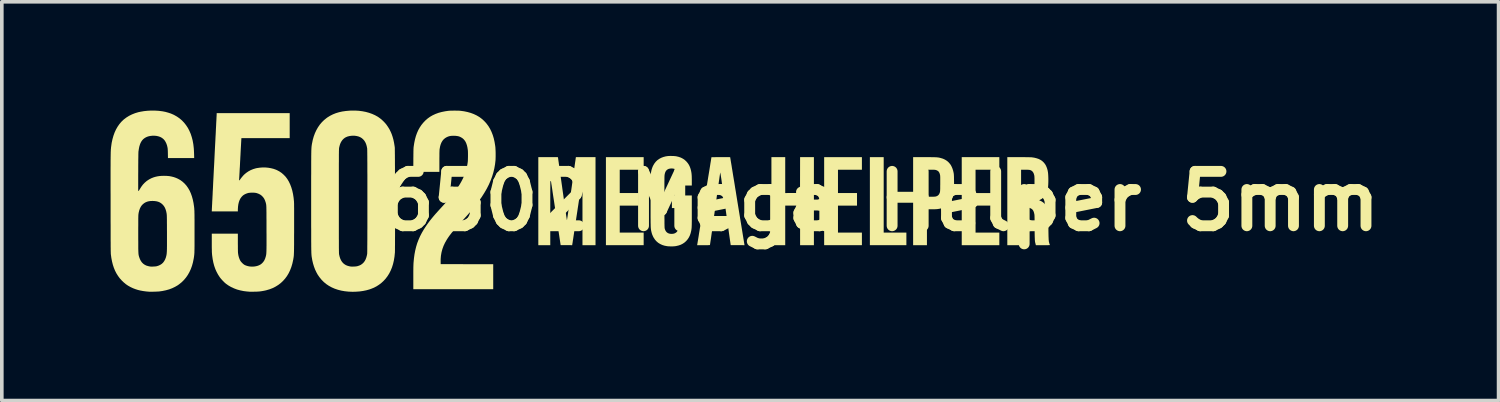
<source format=kicad_pcb>
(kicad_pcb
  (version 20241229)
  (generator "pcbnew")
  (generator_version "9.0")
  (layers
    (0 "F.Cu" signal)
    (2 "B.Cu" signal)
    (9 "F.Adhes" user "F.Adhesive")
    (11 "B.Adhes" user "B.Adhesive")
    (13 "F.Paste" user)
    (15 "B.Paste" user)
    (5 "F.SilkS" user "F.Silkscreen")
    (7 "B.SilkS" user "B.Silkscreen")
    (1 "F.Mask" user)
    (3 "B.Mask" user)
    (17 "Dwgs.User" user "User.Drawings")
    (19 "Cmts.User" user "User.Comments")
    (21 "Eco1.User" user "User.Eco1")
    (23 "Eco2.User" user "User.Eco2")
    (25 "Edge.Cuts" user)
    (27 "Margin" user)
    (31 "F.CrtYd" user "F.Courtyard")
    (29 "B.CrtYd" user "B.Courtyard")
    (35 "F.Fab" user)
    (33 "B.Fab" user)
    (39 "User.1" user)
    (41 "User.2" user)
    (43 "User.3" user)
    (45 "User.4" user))
  (footprint "6502 Mega Helper 5mm"
    (layer "F.Cu")
    (at 21.237 2.499)
    (property "Reference" "6502 Mega Helper 5mm" (at 0 0 0) (layer "F.SilkS") (effects (font (size 1.5 1.5) (thickness 0.3))))
    (attr board_only exclude_from_pos_files exclude_from_bom)
    (fp_poly (pts (xy 0.089 -0.173) (xy 0.089 0.867) (xy 0.402 0.867) (xy 0.715 0.867) (xy 0.715 1.041) (xy 0.715 1.214) (xy 0.212 1.214) (xy -0.292 1.214) (xy -0.292 0) (xy -0.292 -1.214) (xy -0.102 -1.214) (xy 0.089 -1.214)) (stroke (width 0) (type solid)) (fill yes) (layer "F.SilkS"))
    (fp_poly (pts (xy -6.532 -1.041) (xy -6.532 -0.867) (xy -6.862 -0.867) (xy -7.192 -0.867) (xy -7.192 -0.546) (xy -7.192 -0.224) (xy -6.93 -0.224) (xy -6.667 -0.224) (xy -6.667 -0.051) (xy -6.667 0.123) (xy -6.93 0.123) (xy -7.192 0.123) (xy -7.192 0.495) (xy -7.192 0.867) (xy -6.862 0.867) (xy -6.532 0.867) (xy -6.532 1.041) (xy -6.532 1.214) (xy -7.052 1.214) (xy -7.573 1.214) (xy -7.573 0) (xy -7.573 -1.214) (xy -7.052 -1.214) (xy -6.532 -1.214)) (stroke (width 0) (type solid)) (fill yes) (layer "F.SilkS"))
    (fp_poly (pts (xy -2.627 -0.719) (xy -2.627 -0.224) (xy -2.423 -0.225) (xy -2.219 -0.226) (xy -2.218 -0.72) (xy -2.217 -1.214) (xy -2.026 -1.214) (xy -1.836 -1.214) (xy -1.836 0) (xy -1.836 1.214) (xy -2.026 1.214) (xy -2.217 1.214) (xy -2.217 0.668) (xy -2.217 0.123) (xy -2.422 0.123) (xy -2.627 0.123) (xy -2.627 0.668) (xy -2.627 1.214) (xy -2.818 1.214) (xy -3.008 1.214) (xy -3.008 0) (xy -3.008 -1.214) (xy -2.818 -1.214) (xy -2.627 -1.214)) (stroke (width 0) (type solid)) (fill yes) (layer "F.SilkS"))
    (fp_poly (pts (xy -0.512 -1.041) (xy -0.512 -0.867) (xy -0.842 -0.867) (xy -1.172 -0.867) (xy -1.172 -0.546) (xy -1.172 -0.224) (xy -0.91 -0.224) (xy -0.647 -0.224) (xy -0.647 -0.051) (xy -0.647 0.123) (xy -0.91 0.123) (xy -1.172 0.123) (xy -1.172 0.495) (xy -1.172 0.867) (xy -0.842 0.867) (xy -0.512 0.867) (xy -0.512 1.041) (xy -0.512 1.214) (xy -1.032 1.214) (xy -1.553 1.214) (xy -1.553 0) (xy -1.553 -1.214) (xy -1.032 -1.214) (xy -0.512 -1.214)) (stroke (width 0) (type solid)) (fill yes) (layer "F.SilkS"))
    (fp_poly (pts (xy 3.279 -1.041) (xy 3.279 -0.867) (xy 2.951 -0.867) (xy 2.623 -0.867) (xy 2.623 -0.546) (xy 2.623 -0.224) (xy 2.884 -0.224) (xy 3.145 -0.224) (xy 3.145 -0.052) (xy 3.145 0.121) (xy 2.884 0.122) (xy 2.623 0.123) (xy 2.623 0.495) (xy 2.623 0.867) (xy 2.951 0.867) (xy 3.279 0.867) (xy 3.279 1.041) (xy 3.279 1.214) (xy 2.76 1.214) (xy 2.242 1.214) (xy 2.242 0) (xy 2.242 -1.214) (xy 2.76 -1.214) (xy 3.279 -1.214)) (stroke (width 0) (type solid)) (fill yes) (layer "F.SilkS"))
    (fp_poly (pts (xy 1.276 -1.214) (xy 1.332 -1.214) (xy 1.381 -1.214) (xy 1.424 -1.213) (xy 1.461 -1.213) (xy 1.493 -1.212) (xy 1.52 -1.211) (xy 1.544 -1.21) (xy 1.565 -1.208) (xy 1.583 -1.206) (xy 1.6 -1.204) (xy 1.616 -1.201) (xy 1.631 -1.198) (xy 1.647 -1.194) (xy 1.659 -1.191) (xy 1.722 -1.172) (xy 1.779 -1.146) (xy 1.83 -1.114) (xy 1.875 -1.076) (xy 1.915 -1.031) (xy 1.937 -1.001) (xy 1.963 -0.953) (xy 1.986 -0.899) (xy 2.005 -0.839) (xy 2.019 -0.777) (xy 2.021 -0.764) (xy 2.023 -0.752) (xy 2.024 -0.739) (xy 2.025 -0.724) (xy 2.026 -0.707) (xy 2.027 -0.687) (xy 2.028 -0.662) (xy 2.028 -0.633) (xy 2.029 -0.597) (xy 2.029 -0.554) (xy 2.03 -0.525) (xy 2.03 -0.465) (xy 2.03 -0.413) (xy 2.03 -0.368) (xy 2.029 -0.328) (xy 2.027 -0.294) (xy 2.025 -0.263) (xy 2.022 -0.236) (xy 2.018 -0.21) (xy 2.014 -0.186) (xy 2.008 -0.163) (xy 2.002 -0.139) (xy 1.996 -0.121) (xy 1.973 -0.059) (xy 1.944 -0.003) (xy 1.909 0.048) (xy 1.869 0.091) (xy 1.823 0.129) (xy 1.771 0.161) (xy 1.713 0.186) (xy 1.694 0.192) (xy 1.665 0.201) (xy 1.636 0.208) (xy 1.607 0.213) (xy 1.575 0.218) (xy 1.54 0.221) (xy 1.501 0.223) (xy 1.456 0.224) (xy 1.403 0.224) (xy 1.402 0.224) (xy 1.282 0.224) (xy 1.282 0.719) (xy 1.282 1.214) (xy 1.091 1.214) (xy 0.901 1.214) (xy 0.901 0) (xy 0.901 -0.495) (xy 1.282 -0.495) (xy 1.282 -0.123) (xy 1.393 -0.123) (xy 1.433 -0.123) (xy 1.465 -0.123) (xy 1.49 -0.124) (xy 1.508 -0.126) (xy 1.521 -0.128) (xy 1.525 -0.128) (xy 1.558 -0.14) (xy 1.586 -0.157) (xy 1.608 -0.179) (xy 1.625 -0.207) (xy 1.639 -0.243) (xy 1.64 -0.247) (xy 1.642 -0.254) (xy 1.643 -0.262) (xy 1.644 -0.272) (xy 1.645 -0.285) (xy 1.646 -0.301) (xy 1.647 -0.321) (xy 1.648 -0.347) (xy 1.648 -0.378) (xy 1.648 -0.416) (xy 1.649 -0.461) (xy 1.649 -0.476) (xy 1.649 -0.532) (xy 1.649 -0.58) (xy 1.649 -0.62) (xy 1.649 -0.653) (xy 1.648 -0.678) (xy 1.647 -0.697) (xy 1.646 -0.71) (xy 1.646 -0.71) (xy 1.637 -0.751) (xy 1.624 -0.784) (xy 1.607 -0.812) (xy 1.585 -0.833) (xy 1.557 -0.849) (xy 1.531 -0.859) (xy 1.522 -0.861) (xy 1.512 -0.863) (xy 1.5 -0.865) (xy 1.486 -0.866) (xy 1.468 -0.867) (xy 1.445 -0.867) (xy 1.415 -0.867) (xy 1.392 -0.867) (xy 1.282 -0.867) (xy 1.282 -0.495) (xy 0.901 -0.495) (xy 0.901 -1.214) (xy 1.212 -1.214)) (stroke (width 0) (type solid)) (fill yes) (layer "F.SilkS"))
    (fp_poly (pts (xy -4.271 -1.214) (xy -4.237 -1.214) (xy -4.208 -1.214) (xy -4.183 -1.214) (xy -4.163 -1.214) (xy -4.151 -1.213) (xy -4.146 -1.213) (xy -4.146 -1.213) (xy -4.145 -1.209) (xy -4.143 -1.197) (xy -4.14 -1.177) (xy -4.135 -1.149) (xy -4.13 -1.115) (xy -4.123 -1.074) (xy -4.115 -1.027) (xy -4.106 -0.973) (xy -4.097 -0.914) (xy -4.086 -0.849) (xy -4.075 -0.78) (xy -4.063 -0.705) (xy -4.05 -0.627) (xy -4.036 -0.544) (xy -4.022 -0.457) (xy -4.008 -0.367) (xy -3.992 -0.274) (xy -3.977 -0.178) (xy -3.961 -0.079) (xy -3.948 0.001) (xy -3.75 1.214) (xy -3.94 1.213) (xy -4.131 1.212) (xy -4.165 0.976) (xy -4.198 0.74) (xy -4.417 0.74) (xy -4.635 0.74) (xy -4.668 0.97) (xy -4.674 1.013) (xy -4.68 1.054) (xy -4.686 1.092) (xy -4.691 1.125) (xy -4.695 1.154) (xy -4.699 1.178) (xy -4.701 1.195) (xy -4.703 1.205) (xy -4.703 1.207) (xy -4.704 1.209) (xy -4.707 1.21) (xy -4.711 1.211) (xy -4.718 1.212) (xy -4.729 1.213) (xy -4.744 1.213) (xy -4.765 1.214) (xy -4.791 1.214) (xy -4.824 1.214) (xy -4.864 1.214) (xy -4.881 1.214) (xy -5.057 1.214) (xy -5.054 1.198) (xy -5.053 1.193) (xy -5.051 1.179) (xy -5.047 1.158) (xy -5.043 1.13) (xy -5.037 1.094) (xy -5.03 1.052) (xy -5.022 1.004) (xy -5.013 0.949) (xy -5.004 0.889) (xy -4.993 0.823) (xy -4.982 0.753) (xy -4.969 0.678) (xy -4.956 0.598) (xy -4.943 0.515) (xy -4.929 0.428) (xy -4.926 0.41) (xy -4.591 0.41) (xy -4.418 0.41) (xy -4.245 0.41) (xy -4.275 0.196) (xy -4.28 0.158) (xy -4.287 0.113) (xy -4.294 0.061) (xy -4.302 0.005) (xy -4.311 -0.056) (xy -4.32 -0.119) (xy -4.329 -0.184) (xy -4.338 -0.249) (xy -4.347 -0.314) (xy -4.356 -0.378) (xy -4.36 -0.405) (xy -4.369 -0.465) (xy -4.377 -0.522) (xy -4.384 -0.575) (xy -4.391 -0.623) (xy -4.398 -0.666) (xy -4.404 -0.703) (xy -4.409 -0.735) (xy -4.413 -0.76) (xy -4.416 -0.778) (xy -4.418 -0.788) (xy -4.419 -0.791) (xy -4.42 -0.787) (xy -4.422 -0.775) (xy -4.425 -0.755) (xy -4.43 -0.728) (xy -4.435 -0.694) (xy -4.441 -0.654) (xy -4.447 -0.608) (xy -4.455 -0.555) (xy -4.463 -0.498) (xy -4.472 -0.436) (xy -4.481 -0.369) (xy -4.491 -0.298) (xy -4.502 -0.223) (xy -4.505 -0.2) (xy -4.515 -0.13) (xy -4.524 -0.062) (xy -4.533 0.003) (xy -4.541 0.064) (xy -4.55 0.122) (xy -4.557 0.176) (xy -4.564 0.226) (xy -4.57 0.27) (xy -4.576 0.309) (xy -4.58 0.341) (xy -4.584 0.367) (xy -4.587 0.386) (xy -4.588 0.397) (xy -4.589 0.401) (xy -4.591 0.41) (xy -4.926 0.41) (xy -4.914 0.338) (xy -4.899 0.244) (xy -4.883 0.148) (xy -4.867 0.05) (xy -4.857 -0.014) (xy -4.841 -0.113) (xy -4.825 -0.21) (xy -4.809 -0.305) (xy -4.794 -0.397) (xy -4.78 -0.486) (xy -4.766 -0.571) (xy -4.753 -0.652) (xy -4.74 -0.73) (xy -4.728 -0.802) (xy -4.717 -0.87) (xy -4.707 -0.933) (xy -4.698 -0.99) (xy -4.69 -1.042) (xy -4.682 -1.087) (xy -4.676 -1.126) (xy -4.671 -1.158) (xy -4.667 -1.183) (xy -4.664 -1.2) (xy -4.662 -1.21) (xy -4.662 -1.212) (xy -4.658 -1.212) (xy -4.646 -1.213) (xy -4.628 -1.213) (xy -4.604 -1.213) (xy -4.575 -1.213) (xy -4.542 -1.214) (xy -4.505 -1.214) (xy -4.467 -1.214) (xy -4.427 -1.214) (xy -4.386 -1.214) (xy -4.346 -1.214) (xy -4.308 -1.214)) (stroke (width 0) (type solid)) (fill yes) (layer "F.SilkS"))
    (fp_poly (pts (xy -9.121 -1.214) (xy -9.076 -1.214) (xy -9.035 -1.214) (xy -8.998 -1.214) (xy -8.965 -1.214) (xy -8.938 -1.214) (xy -8.917 -1.214) (xy -8.903 -1.213) (xy -8.897 -1.213) (xy -8.896 -1.213) (xy -8.896 -1.209) (xy -8.894 -1.197) (xy -8.891 -1.177) (xy -8.888 -1.15) (xy -8.883 -1.116) (xy -8.877 -1.076) (xy -8.871 -1.029) (xy -8.863 -0.977) (xy -8.855 -0.92) (xy -8.847 -0.858) (xy -8.837 -0.792) (xy -8.827 -0.721) (xy -8.817 -0.647) (xy -8.806 -0.569) (xy -8.795 -0.489) (xy -8.783 -0.406) (xy -8.775 -0.345) (xy -8.763 -0.261) (xy -8.751 -0.178) (xy -8.74 -0.098) (xy -8.729 -0.022) (xy -8.719 0.052) (xy -8.709 0.121) (xy -8.7 0.186) (xy -8.691 0.247) (xy -8.683 0.303) (xy -8.675 0.353) (xy -8.669 0.398) (xy -8.663 0.436) (xy -8.658 0.468) (xy -8.654 0.493) (xy -8.652 0.511) (xy -8.65 0.521) (xy -8.649 0.523) (xy -8.648 0.519) (xy -8.645 0.507) (xy -8.642 0.488) (xy -8.638 0.461) (xy -8.632 0.427) (xy -8.626 0.386) (xy -8.619 0.339) (xy -8.612 0.286) (xy -8.603 0.228) (xy -8.595 0.166) (xy -8.587 0.111) (xy -8.578 0.049) (xy -8.569 -0.019) (xy -8.559 -0.093) (xy -8.548 -0.17) (xy -8.537 -0.249) (xy -8.526 -0.33) (xy -8.514 -0.412) (xy -8.503 -0.492) (xy -8.492 -0.571) (xy -8.482 -0.647) (xy -8.476 -0.69) (xy -8.467 -0.754) (xy -8.458 -0.816) (xy -8.45 -0.875) (xy -8.442 -0.931) (xy -8.435 -0.983) (xy -8.428 -1.031) (xy -8.422 -1.074) (xy -8.416 -1.112) (xy -8.412 -1.143) (xy -8.408 -1.169) (xy -8.406 -1.187) (xy -8.404 -1.198) (xy -8.404 -1.2) (xy -8.401 -1.214) (xy -8.131 -1.214) (xy -7.86 -1.214) (xy -7.86 0) (xy -7.86 1.214) (xy -8.04 1.214) (xy -8.22 1.214) (xy -8.22 0.293) (xy -8.22 0.2) (xy -8.22 0.11) (xy -8.22 0.023) (xy -8.22 -0.059) (xy -8.22 -0.138) (xy -8.22 -0.211) (xy -8.221 -0.28) (xy -8.221 -0.343) (xy -8.221 -0.401) (xy -8.221 -0.453) (xy -8.222 -0.499) (xy -8.222 -0.538) (xy -8.222 -0.57) (xy -8.223 -0.595) (xy -8.223 -0.613) (xy -8.223 -0.622) (xy -8.224 -0.624) (xy -8.225 -0.619) (xy -8.227 -0.607) (xy -8.23 -0.587) (xy -8.234 -0.559) (xy -8.24 -0.525) (xy -8.246 -0.485) (xy -8.253 -0.438) (xy -8.262 -0.386) (xy -8.27 -0.328) (xy -8.28 -0.266) (xy -8.29 -0.199) (xy -8.301 -0.128) (xy -8.312 -0.053) (xy -8.324 0.025) (xy -8.336 0.106) (xy -8.349 0.19) (xy -8.361 0.271) (xy -8.374 0.357) (xy -8.387 0.441) (xy -8.399 0.523) (xy -8.411 0.601) (xy -8.423 0.677) (xy -8.433 0.749) (xy -8.444 0.817) (xy -8.453 0.881) (xy -8.462 0.939) (xy -8.47 0.993) (xy -8.477 1.041) (xy -8.484 1.083) (xy -8.489 1.118) (xy -8.493 1.147) (xy -8.497 1.168) (xy -8.499 1.182) (xy -8.5 1.188) (xy -8.504 1.214) (xy -8.663 1.213) (xy -8.822 1.212) (xy -8.961 0.294) (xy -8.974 0.207) (xy -8.987 0.122) (xy -8.999 0.04) (xy -9.011 -0.039) (xy -9.023 -0.115) (xy -9.034 -0.187) (xy -9.044 -0.255) (xy -9.053 -0.319) (xy -9.062 -0.377) (xy -9.07 -0.431) (xy -9.078 -0.478) (xy -9.084 -0.52) (xy -9.089 -0.555) (xy -9.093 -0.584) (xy -9.097 -0.605) (xy -9.099 -0.619) (xy -9.1 -0.625) (xy -9.1 -0.625) (xy -9.103 -0.626) (xy -9.104 -0.626) (xy -9.105 -0.622) (xy -9.105 -0.609) (xy -9.106 -0.588) (xy -9.106 -0.559) (xy -9.106 -0.521) (xy -9.107 -0.474) (xy -9.107 -0.42) (xy -9.107 -0.357) (xy -9.108 -0.285) (xy -9.108 -0.206) (xy -9.108 -0.118) (xy -9.108 -0.021) (xy -9.108 0.083) (xy -9.108 0.196) (xy -9.108 0.294) (xy -9.108 1.214) (xy -9.273 1.214) (xy -9.438 1.214) (xy -9.438 0) (xy -9.438 -1.214) (xy -9.168 -1.214)) (stroke (width 0) (type solid)) (fill yes) (layer "F.SilkS"))
    (fp_poly (pts (xy 3.871 -1.214) (xy 3.927 -1.214) (xy 3.979 -1.214) (xy 4.026 -1.213) (xy 4.068 -1.213) (xy 4.103 -1.212) (xy 4.132 -1.211) (xy 4.153 -1.211) (xy 4.167 -1.21) (xy 4.168 -1.21) (xy 4.24 -1.2) (xy 4.305 -1.184) (xy 4.364 -1.164) (xy 4.416 -1.138) (xy 4.463 -1.106) (xy 4.503 -1.068) (xy 4.538 -1.025) (xy 4.567 -0.976) (xy 4.59 -0.92) (xy 4.609 -0.858) (xy 4.615 -0.827) (xy 4.621 -0.793) (xy 4.625 -0.753) (xy 4.628 -0.707) (xy 4.63 -0.658) (xy 4.631 -0.607) (xy 4.631 -0.555) (xy 4.63 -0.504) (xy 4.628 -0.455) (xy 4.625 -0.41) (xy 4.62 -0.371) (xy 4.615 -0.339) (xy 4.6 -0.278) (xy 4.579 -0.222) (xy 4.552 -0.172) (xy 4.52 -0.128) (xy 4.484 -0.091) (xy 4.443 -0.06) (xy 4.401 -0.037) (xy 4.39 -0.032) (xy 4.384 -0.026) (xy 4.383 -0.024) (xy 4.387 -0.019) (xy 4.396 -0.015) (xy 4.401 -0.013) (xy 4.429 -0.002) (xy 4.459 0.015) (xy 4.489 0.036) (xy 4.514 0.059) (xy 4.541 0.09) (xy 4.564 0.125) (xy 4.583 0.166) (xy 4.599 0.212) (xy 4.612 0.265) (xy 4.622 0.325) (xy 4.624 0.338) (xy 4.626 0.352) (xy 4.627 0.366) (xy 4.629 0.381) (xy 4.63 0.397) (xy 4.63 0.416) (xy 4.631 0.438) (xy 4.632 0.465) (xy 4.632 0.496) (xy 4.632 0.532) (xy 4.632 0.575) (xy 4.632 0.626) (xy 4.632 0.656) (xy 4.633 0.735) (xy 4.633 0.807) (xy 4.634 0.87) (xy 4.635 0.927) (xy 4.636 0.975) (xy 4.638 1.017) (xy 4.639 1.053) (xy 4.642 1.082) (xy 4.644 1.105) (xy 4.647 1.121) (xy 4.658 1.166) (xy 4.673 1.207) (xy 4.673 1.208) (xy 4.672 1.21) (xy 4.669 1.211) (xy 4.663 1.212) (xy 4.653 1.213) (xy 4.64 1.213) (xy 4.621 1.214) (xy 4.597 1.214) (xy 4.567 1.214) (xy 4.53 1.214) (xy 4.484 1.214) (xy 4.482 1.214) (xy 4.287 1.214) (xy 4.278 1.179) (xy 4.273 1.16) (xy 4.268 1.141) (xy 4.264 1.125) (xy 4.264 1.123) (xy 4.262 1.109) (xy 4.26 1.087) (xy 4.258 1.057) (xy 4.257 1.019) (xy 4.255 0.975) (xy 4.254 0.924) (xy 4.253 0.867) (xy 4.253 0.804) (xy 4.252 0.735) (xy 4.252 0.661) (xy 4.252 0.645) (xy 4.252 0.59) (xy 4.252 0.542) (xy 4.251 0.502) (xy 4.251 0.468) (xy 4.25 0.439) (xy 4.25 0.416) (xy 4.249 0.397) (xy 4.248 0.382) (xy 4.247 0.37) (xy 4.245 0.362) (xy 4.236 0.319) (xy 4.224 0.283) (xy 4.209 0.253) (xy 4.189 0.229) (xy 4.165 0.21) (xy 4.14 0.197) (xy 4.121 0.189) (xy 4.101 0.183) (xy 4.077 0.179) (xy 4.05 0.176) (xy 4.017 0.174) (xy 3.977 0.173) (xy 3.966 0.173) (xy 3.879 0.173) (xy 3.879 0.694) (xy 3.879 1.214) (xy 3.689 1.214) (xy 3.499 1.214) (xy 3.499 0) (xy 3.499 -0.52) (xy 3.879 -0.52) (xy 3.879 -0.172) (xy 3.982 -0.174) (xy 4.015 -0.175) (xy 4.041 -0.176) (xy 4.062 -0.177) (xy 4.078 -0.178) (xy 4.09 -0.18) (xy 4.1 -0.182) (xy 4.11 -0.185) (xy 4.112 -0.185) (xy 4.148 -0.201) (xy 4.179 -0.221) (xy 4.203 -0.247) (xy 4.222 -0.278) (xy 4.236 -0.317) (xy 4.242 -0.338) (xy 4.244 -0.349) (xy 4.246 -0.361) (xy 4.247 -0.374) (xy 4.248 -0.39) (xy 4.249 -0.409) (xy 4.249 -0.433) (xy 4.249 -0.463) (xy 4.249 -0.5) (xy 4.249 -0.525) (xy 4.249 -0.566) (xy 4.249 -0.6) (xy 4.249 -0.628) (xy 4.248 -0.651) (xy 4.247 -0.669) (xy 4.246 -0.684) (xy 4.245 -0.697) (xy 4.243 -0.708) (xy 4.242 -0.713) (xy 4.231 -0.754) (xy 4.215 -0.789) (xy 4.195 -0.817) (xy 4.171 -0.838) (xy 4.158 -0.846) (xy 4.145 -0.853) (xy 4.132 -0.857) (xy 4.117 -0.861) (xy 4.1 -0.864) (xy 4.079 -0.865) (xy 4.053 -0.867) (xy 4.021 -0.867) (xy 3.986 -0.867) (xy 3.879 -0.867) (xy 3.879 -0.52) (xy 3.499 -0.52) (xy 3.499 -1.214) (xy 3.811 -1.214)) (stroke (width 0) (type solid)) (fill yes) (layer "F.SilkS"))
    (fp_poly (pts (xy -11.708 -2.497) (xy -11.67 -2.497) (xy -11.636 -2.496) (xy -11.607 -2.494) (xy -11.587 -2.493) (xy -11.486 -2.479) (xy -11.391 -2.459) (xy -11.302 -2.434) (xy -11.219 -2.403) (xy -11.141 -2.366) (xy -11.069 -2.324) (xy -11.002 -2.275) (xy -10.939 -2.219) (xy -10.881 -2.158) (xy -10.862 -2.134) (xy -10.811 -2.065) (xy -10.767 -1.991) (xy -10.728 -1.91) (xy -10.694 -1.823) (xy -10.666 -1.73) (xy -10.644 -1.63) (xy -10.627 -1.525) (xy -10.625 -1.51) (xy -10.622 -1.483) (xy -10.62 -1.449) (xy -10.618 -1.41) (xy -10.616 -1.368) (xy -10.615 -1.323) (xy -10.615 -1.279) (xy -10.615 -1.236) (xy -10.616 -1.196) (xy -10.617 -1.161) (xy -10.618 -1.135) (xy -10.631 -1.019) (xy -10.651 -0.905) (xy -10.678 -0.792) (xy -10.712 -0.68) (xy -10.754 -0.568) (xy -10.803 -0.456) (xy -10.86 -0.344) (xy -10.925 -0.232) (xy -10.997 -0.118) (xy -11.071 -0.013) (xy -11.113 0.045) (xy -11.157 0.102) (xy -11.202 0.159) (xy -11.249 0.217) (xy -11.3 0.277) (xy -11.354 0.339) (xy -11.412 0.405) (xy -11.475 0.475) (xy -11.537 0.542) (xy -11.596 0.606) (xy -11.65 0.666) (xy -11.699 0.72) (xy -11.743 0.771) (xy -11.783 0.818) (xy -11.819 0.862) (xy -11.852 0.904) (xy -11.882 0.943) (xy -11.91 0.982) (xy -11.936 1.02) (xy -11.96 1.058) (xy -11.964 1.064) (xy -12.012 1.148) (xy -12.052 1.233) (xy -12.084 1.321) (xy -12.108 1.411) (xy -12.124 1.503) (xy -12.132 1.599) (xy -12.132 1.684) (xy -12.131 1.737) (xy -11.407 1.738) (xy -10.682 1.739) (xy -10.682 2.084) (xy -10.682 2.428) (xy -11.784 2.428) (xy -12.886 2.428) (xy -12.886 2.108) (xy -12.886 2.039) (xy -12.886 1.978) (xy -12.886 1.924) (xy -12.885 1.877) (xy -12.885 1.836) (xy -12.884 1.8) (xy -12.883 1.769) (xy -12.882 1.742) (xy -12.881 1.718) (xy -12.88 1.701) (xy -12.869 1.582) (xy -12.854 1.47) (xy -12.834 1.363) (xy -12.809 1.26) (xy -12.779 1.161) (xy -12.742 1.064) (xy -12.7 0.969) (xy -12.651 0.874) (xy -12.596 0.78) (xy -12.534 0.684) (xy -12.464 0.586) (xy -12.443 0.558) (xy -12.411 0.517) (xy -12.378 0.476) (xy -12.344 0.435) (xy -12.308 0.392) (xy -12.269 0.347) (xy -12.226 0.299) (xy -12.179 0.247) (xy -12.127 0.19) (xy -12.04 0.095) (xy -11.96 0.005) (xy -11.886 -0.081) (xy -11.819 -0.164) (xy -11.757 -0.244) (xy -11.701 -0.32) (xy -11.65 -0.394) (xy -11.604 -0.466) (xy -11.563 -0.537) (xy -11.527 -0.606) (xy -11.495 -0.675) (xy -11.468 -0.743) (xy -11.444 -0.811) (xy -11.424 -0.88) (xy -11.407 -0.95) (xy -11.393 -1.021) (xy -11.386 -1.07) (xy -11.383 -1.093) (xy -11.381 -1.123) (xy -11.38 -1.157) (xy -11.379 -1.195) (xy -11.378 -1.235) (xy -11.378 -1.275) (xy -11.378 -1.314) (xy -11.379 -1.351) (xy -11.38 -1.383) (xy -11.382 -1.409) (xy -11.384 -1.421) (xy -11.394 -1.486) (xy -11.408 -1.543) (xy -11.425 -1.593) (xy -11.445 -1.637) (xy -11.47 -1.675) (xy -11.498 -1.708) (xy -11.53 -1.736) (xy -11.565 -1.758) (xy -11.6 -1.776) (xy -11.637 -1.789) (xy -11.677 -1.797) (xy -11.721 -1.802) (xy -11.772 -1.804) (xy -11.776 -1.804) (xy -11.818 -1.803) (xy -11.854 -1.8) (xy -11.887 -1.794) (xy -11.917 -1.785) (xy -11.948 -1.773) (xy -11.967 -1.764) (xy -12.01 -1.738) (xy -12.048 -1.706) (xy -12.08 -1.668) (xy -12.107 -1.624) (xy -12.129 -1.573) (xy -12.146 -1.516) (xy -12.158 -1.451) (xy -12.163 -1.418) (xy -12.163 -1.405) (xy -12.164 -1.384) (xy -12.165 -1.356) (xy -12.166 -1.322) (xy -12.166 -1.282) (xy -12.166 -1.237) (xy -12.167 -1.187) (xy -12.167 -1.134) (xy -12.167 -1.091) (xy -12.167 -0.808) (xy -12.527 -0.808) (xy -12.887 -0.808) (xy -12.885 -1.126) (xy -12.885 -1.188) (xy -12.884 -1.243) (xy -12.884 -1.29) (xy -12.883 -1.33) (xy -12.883 -1.365) (xy -12.882 -1.395) (xy -12.882 -1.42) (xy -12.881 -1.441) (xy -12.88 -1.46) (xy -12.879 -1.475) (xy -12.878 -1.489) (xy -12.876 -1.502) (xy -12.876 -1.504) (xy -12.86 -1.608) (xy -12.84 -1.704) (xy -12.815 -1.795) (xy -12.785 -1.879) (xy -12.75 -1.958) (xy -12.709 -2.032) (xy -12.663 -2.101) (xy -12.611 -2.165) (xy -12.554 -2.225) (xy -12.491 -2.28) (xy -12.424 -2.328) (xy -12.351 -2.37) (xy -12.273 -2.406) (xy -12.189 -2.437) (xy -12.099 -2.461) (xy -12.004 -2.48) (xy -11.913 -2.493) (xy -11.89 -2.494) (xy -11.86 -2.496) (xy -11.826 -2.497) (xy -11.788 -2.497) (xy -11.748 -2.498)) (stroke (width 0) (type solid)) (fill yes) (layer "F.SilkS"))
    (fp_poly (pts (xy -5.735 -1.246) (xy -5.699 -1.245) (xy -5.666 -1.242) (xy -5.639 -1.239) (xy -5.633 -1.238) (xy -5.566 -1.222) (xy -5.504 -1.2) (xy -5.448 -1.171) (xy -5.398 -1.136) (xy -5.353 -1.094) (xy -5.313 -1.046) (xy -5.305 -1.034) (xy -5.285 -1.003) (xy -5.269 -0.972) (xy -5.255 -0.939) (xy -5.244 -0.909) (xy -5.234 -0.876) (xy -5.226 -0.843) (xy -5.219 -0.81) (xy -5.213 -0.774) (xy -5.209 -0.735) (xy -5.206 -0.692) (xy -5.205 -0.643) (xy -5.204 -0.588) (xy -5.204 -0.555) (xy -5.204 -0.432) (xy -5.383 -0.432) (xy -5.562 -0.432) (xy -5.564 -0.581) (xy -5.565 -0.623) (xy -5.566 -0.658) (xy -5.566 -0.686) (xy -5.567 -0.709) (xy -5.569 -0.727) (xy -5.57 -0.74) (xy -5.572 -0.751) (xy -5.573 -0.756) (xy -5.587 -0.797) (xy -5.605 -0.831) (xy -5.627 -0.858) (xy -5.655 -0.878) (xy -5.688 -0.892) (xy -5.727 -0.9) (xy -5.762 -0.902) (xy -5.805 -0.899) (xy -5.843 -0.89) (xy -5.875 -0.874) (xy -5.901 -0.853) (xy -5.923 -0.825) (xy -5.939 -0.79) (xy -5.951 -0.748) (xy -5.956 -0.713) (xy -5.957 -0.704) (xy -5.958 -0.69) (xy -5.958 -0.67) (xy -5.959 -0.644) (xy -5.959 -0.613) (xy -5.959 -0.575) (xy -5.96 -0.53) (xy -5.96 -0.479) (xy -5.96 -0.421) (xy -5.96 -0.356) (xy -5.96 -0.283) (xy -5.96 -0.203) (xy -5.96 -0.115) (xy -5.96 -0.018) (xy -5.96 0.03) (xy -5.96 0.12) (xy -5.959 0.203) (xy -5.959 0.277) (xy -5.959 0.345) (xy -5.959 0.406) (xy -5.959 0.46) (xy -5.958 0.508) (xy -5.958 0.55) (xy -5.958 0.587) (xy -5.958 0.619) (xy -5.957 0.647) (xy -5.957 0.67) (xy -5.956 0.69) (xy -5.956 0.706) (xy -5.955 0.719) (xy -5.955 0.73) (xy -5.954 0.738) (xy -5.953 0.745) (xy -5.952 0.75) (xy -5.952 0.755) (xy -5.951 0.757) (xy -5.937 0.798) (xy -5.918 0.832) (xy -5.894 0.859) (xy -5.866 0.879) (xy -5.833 0.893) (xy -5.794 0.901) (xy -5.793 0.901) (xy -5.746 0.902) (xy -5.705 0.897) (xy -5.669 0.885) (xy -5.638 0.866) (xy -5.612 0.841) (xy -5.592 0.809) (xy -5.58 0.782) (xy -5.577 0.771) (xy -5.574 0.759) (xy -5.572 0.746) (xy -5.569 0.73) (xy -5.568 0.712) (xy -5.566 0.69) (xy -5.565 0.664) (xy -5.564 0.633) (xy -5.564 0.596) (xy -5.563 0.553) (xy -5.563 0.503) (xy -5.563 0.446) (xy -5.563 0.437) (xy -5.563 0.19) (xy -5.658 0.19) (xy -5.753 0.19) (xy -5.753 0.017) (xy -5.753 -0.157) (xy -5.479 -0.157) (xy -5.204 -0.157) (xy -5.204 0.261) (xy -5.204 0.335) (xy -5.204 0.402) (xy -5.204 0.461) (xy -5.204 0.513) (xy -5.204 0.559) (xy -5.205 0.599) (xy -5.205 0.635) (xy -5.206 0.665) (xy -5.207 0.692) (xy -5.208 0.715) (xy -5.209 0.736) (xy -5.211 0.754) (xy -5.213 0.77) (xy -5.215 0.785) (xy -5.217 0.8) (xy -5.22 0.814) (xy -5.221 0.82) (xy -5.237 0.886) (xy -5.258 0.946) (xy -5.285 1.001) (xy -5.317 1.05) (xy -5.356 1.096) (xy -5.364 1.104) (xy -5.408 1.143) (xy -5.458 1.176) (xy -5.512 1.203) (xy -5.571 1.223) (xy -5.637 1.238) (xy -5.661 1.242) (xy -5.69 1.245) (xy -5.726 1.247) (xy -5.764 1.247) (xy -5.803 1.247) (xy -5.84 1.246) (xy -5.873 1.243) (xy -5.888 1.241) (xy -5.957 1.228) (xy -6.02 1.208) (xy -6.078 1.181) (xy -6.13 1.149) (xy -6.176 1.11) (xy -6.217 1.065) (xy -6.252 1.013) (xy -6.267 0.987) (xy -6.283 0.952) (xy -6.297 0.919) (xy -6.308 0.885) (xy -6.318 0.847) (xy -6.327 0.805) (xy -6.329 0.794) (xy -6.33 0.783) (xy -6.332 0.771) (xy -6.333 0.757) (xy -6.335 0.741) (xy -6.336 0.723) (xy -6.337 0.702) (xy -6.338 0.679) (xy -6.338 0.651) (xy -6.339 0.62) (xy -6.34 0.584) (xy -6.34 0.544) (xy -6.34 0.498) (xy -6.341 0.447) (xy -6.341 0.39) (xy -6.341 0.327) (xy -6.341 0.256) (xy -6.341 0.179) (xy -6.341 0.093) (xy -6.341 0) (xy -6.341 -0.093) (xy -6.341 -0.179) (xy -6.341 -0.256) (xy -6.341 -0.327) (xy -6.341 -0.39) (xy -6.341 -0.447) (xy -6.34 -0.498) (xy -6.34 -0.544) (xy -6.34 -0.584) (xy -6.339 -0.62) (xy -6.338 -0.651) (xy -6.338 -0.679) (xy -6.337 -0.702) (xy -6.336 -0.723) (xy -6.335 -0.741) (xy -6.333 -0.757) (xy -6.332 -0.771) (xy -6.33 -0.783) (xy -6.329 -0.794) (xy -6.327 -0.805) (xy -6.318 -0.849) (xy -6.308 -0.886) (xy -6.296 -0.921) (xy -6.283 -0.954) (xy -6.267 -0.987) (xy -6.234 -1.042) (xy -6.196 -1.09) (xy -6.152 -1.132) (xy -6.102 -1.167) (xy -6.047 -1.196) (xy -5.987 -1.219) (xy -5.921 -1.236) (xy -5.867 -1.244) (xy -5.84 -1.246) (xy -5.808 -1.247) (xy -5.772 -1.247)) (stroke (width 0) (type solid)) (fill yes) (layer "F.SilkS"))
    (fp_poly (pts (xy -16.296 -2.084) (xy -16.296 -1.739) (xy -16.962 -1.739) (xy -17.628 -1.739) (xy -17.63 -1.704) (xy -17.631 -1.695) (xy -17.632 -1.679) (xy -17.633 -1.655) (xy -17.635 -1.624) (xy -17.637 -1.587) (xy -17.639 -1.545) (xy -17.642 -1.497) (xy -17.645 -1.445) (xy -17.648 -1.389) (xy -17.651 -1.329) (xy -17.654 -1.267) (xy -17.658 -1.202) (xy -17.66 -1.153) (xy -17.664 -1.087) (xy -17.667 -1.023) (xy -17.67 -0.961) (xy -17.674 -0.903) (xy -17.677 -0.848) (xy -17.679 -0.797) (xy -17.682 -0.751) (xy -17.684 -0.711) (xy -17.686 -0.676) (xy -17.688 -0.647) (xy -17.689 -0.626) (xy -17.69 -0.611) (xy -17.69 -0.606) (xy -17.691 -0.59) (xy -17.691 -0.581) (xy -17.69 -0.577) (xy -17.686 -0.575) (xy -17.684 -0.575) (xy -17.675 -0.579) (xy -17.669 -0.588) (xy -17.66 -0.603) (xy -17.646 -0.623) (xy -17.629 -0.645) (xy -17.609 -0.669) (xy -17.589 -0.693) (xy -17.57 -0.714) (xy -17.557 -0.728) (xy -17.5 -0.777) (xy -17.438 -0.82) (xy -17.372 -0.856) (xy -17.301 -0.885) (xy -17.227 -0.907) (xy -17.197 -0.913) (xy -17.121 -0.924) (xy -17.043 -0.93) (xy -16.964 -0.929) (xy -16.887 -0.922) (xy -16.812 -0.909) (xy -16.74 -0.891) (xy -16.673 -0.867) (xy -16.648 -0.856) (xy -16.58 -0.82) (xy -16.518 -0.778) (xy -16.461 -0.728) (xy -16.408 -0.673) (xy -16.361 -0.61) (xy -16.32 -0.541) (xy -16.283 -0.464) (xy -16.252 -0.382) (xy -16.225 -0.292) (xy -16.204 -0.196) (xy -16.188 -0.093) (xy -16.177 0.016) (xy -16.177 0.017) (xy -16.177 0.03) (xy -16.176 0.05) (xy -16.175 0.076) (xy -16.175 0.109) (xy -16.175 0.148) (xy -16.174 0.195) (xy -16.174 0.249) (xy -16.174 0.31) (xy -16.174 0.378) (xy -16.174 0.454) (xy -16.174 0.538) (xy -16.174 0.631) (xy -16.174 0.731) (xy -16.174 0.766) (xy -16.174 0.857) (xy -16.175 0.94) (xy -16.175 1.016) (xy -16.175 1.084) (xy -16.175 1.146) (xy -16.175 1.201) (xy -16.176 1.251) (xy -16.176 1.295) (xy -16.177 1.335) (xy -16.177 1.37) (xy -16.178 1.401) (xy -16.179 1.428) (xy -16.18 1.452) (xy -16.181 1.473) (xy -16.182 1.492) (xy -16.183 1.51) (xy -16.185 1.525) (xy -16.187 1.54) (xy -16.189 1.555) (xy -16.191 1.569) (xy -16.194 1.583) (xy -16.196 1.599) (xy -16.199 1.616) (xy -16.201 1.625) (xy -16.223 1.724) (xy -16.251 1.818) (xy -16.285 1.906) (xy -16.325 1.989) (xy -16.371 2.066) (xy -16.423 2.136) (xy -16.481 2.201) (xy -16.544 2.26) (xy -16.613 2.312) (xy -16.687 2.358) (xy -16.766 2.398) (xy -16.851 2.431) (xy -16.941 2.457) (xy -16.942 2.458) (xy -16.988 2.468) (xy -17.039 2.478) (xy -17.091 2.486) (xy -17.14 2.492) (xy -17.156 2.493) (xy -17.179 2.494) (xy -17.207 2.496) (xy -17.237 2.497) (xy -17.269 2.497) (xy -17.301 2.498) (xy -17.331 2.499) (xy -17.358 2.499) (xy -17.381 2.499) (xy -17.397 2.498) (xy -17.4 2.498) (xy -17.412 2.497) (xy -17.43 2.495) (xy -17.451 2.493) (xy -17.472 2.492) (xy -17.568 2.48) (xy -17.66 2.461) (xy -17.749 2.437) (xy -17.833 2.405) (xy -17.913 2.368) (xy -17.987 2.325) (xy -18.055 2.277) (xy -18.062 2.271) (xy -18.088 2.249) (xy -18.116 2.221) (xy -18.146 2.191) (xy -18.174 2.16) (xy -18.2 2.13) (xy -18.221 2.103) (xy -18.224 2.099) (xy -18.271 2.027) (xy -18.312 1.951) (xy -18.348 1.871) (xy -18.378 1.785) (xy -18.402 1.695) (xy -18.421 1.598) (xy -18.435 1.496) (xy -18.439 1.456) (xy -18.44 1.436) (xy -18.442 1.412) (xy -18.443 1.384) (xy -18.443 1.352) (xy -18.444 1.314) (xy -18.445 1.27) (xy -18.445 1.219) (xy -18.445 1.16) (xy -18.445 1.141) (xy -18.445 0.897) (xy -18.085 0.897) (xy -17.726 0.897) (xy -17.726 1.141) (xy -17.726 1.187) (xy -17.725 1.232) (xy -17.725 1.274) (xy -17.725 1.313) (xy -17.724 1.348) (xy -17.724 1.378) (xy -17.723 1.401) (xy -17.722 1.418) (xy -17.722 1.425) (xy -17.713 1.487) (xy -17.699 1.544) (xy -17.681 1.595) (xy -17.66 1.64) (xy -17.657 1.643) (xy -17.643 1.665) (xy -17.623 1.688) (xy -17.601 1.711) (xy -17.578 1.732) (xy -17.556 1.749) (xy -17.547 1.755) (xy -17.507 1.774) (xy -17.461 1.789) (xy -17.411 1.8) (xy -17.359 1.805) (xy -17.305 1.805) (xy -17.252 1.8) (xy -17.252 1.8) (xy -17.195 1.788) (xy -17.145 1.77) (xy -17.099 1.746) (xy -17.06 1.715) (xy -17.026 1.678) (xy -16.997 1.635) (xy -16.974 1.585) (xy -16.956 1.528) (xy -16.952 1.51) (xy -16.949 1.5) (xy -16.947 1.489) (xy -16.945 1.479) (xy -16.944 1.467) (xy -16.942 1.455) (xy -16.941 1.441) (xy -16.94 1.425) (xy -16.939 1.407) (xy -16.938 1.386) (xy -16.937 1.361) (xy -16.937 1.333) (xy -16.936 1.301) (xy -16.936 1.264) (xy -16.935 1.222) (xy -16.935 1.175) (xy -16.935 1.122) (xy -16.935 1.062) (xy -16.935 0.996) (xy -16.935 0.923) (xy -16.936 0.842) (xy -16.936 0.755) (xy -16.936 0.669) (xy -16.936 0.592) (xy -16.936 0.522) (xy -16.937 0.459) (xy -16.937 0.402) (xy -16.937 0.352) (xy -16.937 0.308) (xy -16.938 0.269) (xy -16.938 0.235) (xy -16.939 0.206) (xy -16.939 0.181) (xy -16.94 0.159) (xy -16.941 0.14) (xy -16.942 0.124) (xy -16.943 0.111) (xy -16.944 0.099) (xy -16.946 0.089) (xy -16.948 0.079) (xy -16.949 0.07) (xy -16.952 0.062) (xy -16.954 0.052) (xy -16.957 0.042) (xy -16.957 0.039) (xy -16.976 -0.017) (xy -16.999 -0.067) (xy -17.029 -0.11) (xy -17.065 -0.148) (xy -17.105 -0.179) (xy -17.152 -0.203) (xy -17.204 -0.222) (xy -17.227 -0.227) (xy -17.256 -0.232) (xy -17.291 -0.234) (xy -17.329 -0.235) (xy -17.367 -0.234) (xy -17.403 -0.231) (xy -17.434 -0.227) (xy -17.442 -0.225) (xy -17.478 -0.214) (xy -17.515 -0.199) (xy -17.55 -0.181) (xy -17.58 -0.161) (xy -17.586 -0.156) (xy -17.621 -0.121) (xy -17.652 -0.08) (xy -17.677 -0.032) (xy -17.697 0.022) (xy -17.712 0.083) (xy -17.721 0.149) (xy -17.726 0.221) (xy -17.726 0.238) (xy -17.726 0.283) (xy -18.085 0.283) (xy -18.445 0.283) (xy -18.445 0.269) (xy -18.445 0.263) (xy -18.444 0.25) (xy -18.443 0.228) (xy -18.442 0.2) (xy -18.44 0.164) (xy -18.438 0.121) (xy -18.435 0.072) (xy -18.433 0.016) (xy -18.429 -0.045) (xy -18.426 -0.112) (xy -18.422 -0.184) (xy -18.419 -0.261) (xy -18.414 -0.342) (xy -18.41 -0.428) (xy -18.406 -0.517) (xy -18.401 -0.611) (xy -18.396 -0.707) (xy -18.391 -0.806) (xy -18.386 -0.908) (xy -18.38 -1.013) (xy -18.377 -1.07) (xy -18.372 -1.175) (xy -18.367 -1.279) (xy -18.362 -1.38) (xy -18.357 -1.478) (xy -18.352 -1.573) (xy -18.347 -1.664) (xy -18.343 -1.752) (xy -18.338 -1.836) (xy -18.334 -1.916) (xy -18.331 -1.991) (xy -18.327 -2.06) (xy -18.324 -2.125) (xy -18.321 -2.184) (xy -18.318 -2.237) (xy -18.316 -2.283) (xy -18.314 -2.323) (xy -18.312 -2.356) (xy -18.311 -2.381) (xy -18.31 -2.399) (xy -18.31 -2.409) (xy -18.31 -2.411) (xy -18.31 -2.428) (xy -17.303 -2.428) (xy -16.296 -2.428)) (stroke (width 0) (type solid)) (fill yes) (layer "F.SilkS"))
    (fp_poly (pts (xy -14.389 -2.493) (xy -14.291 -2.48) (xy -14.197 -2.462) (xy -14.107 -2.437) (xy -14.022 -2.407) (xy -13.942 -2.371) (xy -13.868 -2.33) (xy -13.84 -2.311) (xy -13.792 -2.276) (xy -13.744 -2.235) (xy -13.698 -2.191) (xy -13.656 -2.145) (xy -13.628 -2.111) (xy -13.585 -2.049) (xy -13.546 -1.986) (xy -13.513 -1.92) (xy -13.483 -1.851) (xy -13.458 -1.777) (xy -13.436 -1.699) (xy -13.418 -1.614) (xy -13.403 -1.523) (xy -13.397 -1.481) (xy -13.397 -1.473) (xy -13.396 -1.457) (xy -13.396 -1.433) (xy -13.396 -1.402) (xy -13.395 -1.364) (xy -13.395 -1.319) (xy -13.394 -1.268) (xy -13.394 -1.212) (xy -13.393 -1.15) (xy -13.393 -1.083) (xy -13.393 -1.012) (xy -13.392 -0.936) (xy -13.392 -0.856) (xy -13.392 -0.773) (xy -13.392 -0.687) (xy -13.391 -0.599) (xy -13.391 -0.507) (xy -13.391 -0.414) (xy -13.391 -0.32) (xy -13.391 -0.224) (xy -13.39 -0.128) (xy -13.39 -0.031) (xy -13.39 0.066) (xy -13.39 0.163) (xy -13.39 0.259) (xy -13.39 0.353) (xy -13.39 0.446) (xy -13.39 0.537) (xy -13.39 0.626) (xy -13.39 0.712) (xy -13.39 0.795) (xy -13.39 0.875) (xy -13.39 0.951) (xy -13.391 1.022) (xy -13.391 1.089) (xy -13.391 1.151) (xy -13.391 1.208) (xy -13.392 1.259) (xy -13.392 1.303) (xy -13.392 1.342) (xy -13.393 1.373) (xy -13.393 1.397) (xy -13.393 1.413) (xy -13.394 1.419) (xy -13.405 1.53) (xy -13.422 1.634) (xy -13.445 1.733) (xy -13.474 1.826) (xy -13.51 1.914) (xy -13.551 1.995) (xy -13.599 2.071) (xy -13.653 2.142) (xy -13.703 2.196) (xy -13.764 2.253) (xy -13.829 2.303) (xy -13.897 2.347) (xy -13.971 2.386) (xy -14.05 2.418) (xy -14.101 2.436) (xy -14.184 2.459) (xy -14.273 2.477) (xy -14.366 2.49) (xy -14.463 2.497) (xy -14.561 2.5) (xy -14.66 2.496) (xy -14.668 2.496) (xy -14.773 2.485) (xy -14.872 2.468) (xy -14.966 2.444) (xy -15.055 2.414) (xy -15.139 2.377) (xy -15.217 2.334) (xy -15.29 2.285) (xy -15.357 2.229) (xy -15.419 2.166) (xy -15.475 2.097) (xy -15.52 2.033) (xy -15.559 1.963) (xy -15.595 1.887) (xy -15.626 1.805) (xy -15.652 1.719) (xy -15.673 1.63) (xy -15.68 1.589) (xy -15.682 1.577) (xy -15.684 1.565) (xy -15.686 1.554) (xy -15.688 1.544) (xy -15.69 1.533) (xy -15.691 1.521) (xy -15.692 1.509) (xy -15.694 1.496) (xy -15.695 1.482) (xy -15.696 1.467) (xy -15.697 1.449) (xy -15.698 1.43) (xy -15.699 1.408) (xy -15.699 1.383) (xy -15.7 1.356) (xy -15.701 1.325) (xy -15.701 1.291) (xy -15.702 1.253) (xy -15.702 1.211) (xy -15.702 1.164) (xy -15.703 1.113) (xy -15.703 1.057) (xy -15.703 0.995) (xy -15.703 0.929) (xy -15.703 0.856) (xy -15.703 0.777) (xy -15.704 0.692) (xy -15.704 0.6) (xy -15.704 0.501) (xy -15.704 0.395) (xy -15.704 0.281) (xy -15.704 0.16) (xy -15.704 0.03) (xy -15.704 0) (xy -15.704 -0.011) (xy -14.94 -0.011) (xy -14.94 0) (xy -14.94 0.131) (xy -14.94 0.254) (xy -14.94 0.369) (xy -14.94 0.476) (xy -14.94 0.576) (xy -14.94 0.668) (xy -14.94 0.754) (xy -14.94 0.834) (xy -14.94 0.907) (xy -14.94 0.974) (xy -14.94 1.035) (xy -14.939 1.091) (xy -14.939 1.141) (xy -14.939 1.187) (xy -14.939 1.228) (xy -14.939 1.265) (xy -14.939 1.298) (xy -14.938 1.326) (xy -14.938 1.351) (xy -14.938 1.373) (xy -14.937 1.392) (xy -14.937 1.408) (xy -14.937 1.422) (xy -14.936 1.433) (xy -14.936 1.443) (xy -14.935 1.451) (xy -14.935 1.457) (xy -14.934 1.462) (xy -14.933 1.467) (xy -14.933 1.471) (xy -14.933 1.471) (xy -14.919 1.531) (xy -14.902 1.583) (xy -14.881 1.629) (xy -14.856 1.669) (xy -14.828 1.703) (xy -14.817 1.714) (xy -14.783 1.741) (xy -14.746 1.764) (xy -14.705 1.781) (xy -14.659 1.794) (xy -14.627 1.801) (xy -14.6 1.804) (xy -14.568 1.805) (xy -14.532 1.804) (xy -14.497 1.803) (xy -14.463 1.799) (xy -14.435 1.795) (xy -14.433 1.794) (xy -14.381 1.778) (xy -14.335 1.757) (xy -14.294 1.728) (xy -14.258 1.694) (xy -14.227 1.653) (xy -14.201 1.605) (xy -14.181 1.55) (xy -14.165 1.489) (xy -14.159 1.455) (xy -14.158 1.447) (xy -14.158 1.432) (xy -14.157 1.408) (xy -14.157 1.377) (xy -14.156 1.34) (xy -14.156 1.295) (xy -14.156 1.245) (xy -14.155 1.189) (xy -14.155 1.127) (xy -14.154 1.06) (xy -14.154 0.989) (xy -14.154 0.914) (xy -14.154 0.834) (xy -14.153 0.751) (xy -14.153 0.665) (xy -14.153 0.577) (xy -14.153 0.486) (xy -14.153 0.393) (xy -14.153 0.298) (xy -14.153 0.203) (xy -14.153 0.106) (xy -14.153 0.009) (xy -14.153 -0.088) (xy -14.153 -0.185) (xy -14.153 -0.28) (xy -14.153 -0.375) (xy -14.153 -0.469) (xy -14.153 -0.56) (xy -14.153 -0.649) (xy -14.153 -0.736) (xy -14.154 -0.819) (xy -14.154 -0.899) (xy -14.154 -0.975) (xy -14.154 -1.048) (xy -14.155 -1.115) (xy -14.155 -1.178) (xy -14.155 -1.235) (xy -14.156 -1.286) (xy -14.156 -1.332) (xy -14.157 -1.371) (xy -14.157 -1.403) (xy -14.158 -1.428) (xy -14.158 -1.445) (xy -14.159 -1.455) (xy -14.159 -1.455) (xy -14.172 -1.52) (xy -14.189 -1.577) (xy -14.212 -1.628) (xy -14.24 -1.672) (xy -14.274 -1.71) (xy -14.312 -1.742) (xy -14.353 -1.766) (xy -14.397 -1.784) (xy -14.445 -1.796) (xy -14.496 -1.804) (xy -14.549 -1.806) (xy -14.601 -1.803) (xy -14.652 -1.795) (xy -14.7 -1.783) (xy -14.743 -1.765) (xy -14.773 -1.749) (xy -14.81 -1.72) (xy -14.842 -1.687) (xy -14.869 -1.649) (xy -14.893 -1.605) (xy -14.912 -1.555) (xy -14.927 -1.497) (xy -14.933 -1.471) (xy -14.933 -1.467) (xy -14.934 -1.463) (xy -14.934 -1.458) (xy -14.935 -1.451) (xy -14.936 -1.444) (xy -14.936 -1.434) (xy -14.936 -1.423) (xy -14.937 -1.409) (xy -14.937 -1.394) (xy -14.938 -1.375) (xy -14.938 -1.353) (xy -14.938 -1.328) (xy -14.939 -1.3) (xy -14.939 -1.268) (xy -14.939 -1.231) (xy -14.939 -1.191) (xy -14.939 -1.145) (xy -14.939 -1.095) (xy -14.94 -1.04) (xy -14.94 -0.979) (xy -14.94 -0.912) (xy -14.94 -0.84) (xy -14.94 -0.761) (xy -14.94 -0.676) (xy -14.94 -0.583) (xy -14.94 -0.484) (xy -14.94 -0.377) (xy -14.94 -0.263) (xy -14.94 -0.141) (xy -14.94 -0.011) (xy -15.704 -0.011) (xy -15.704 -0.131) (xy -15.704 -0.255) (xy -15.704 -0.37) (xy -15.704 -0.478) (xy -15.704 -0.578) (xy -15.704 -0.672) (xy -15.703 -0.758) (xy -15.703 -0.839) (xy -15.703 -0.913) (xy -15.703 -0.981) (xy -15.703 -1.044) (xy -15.703 -1.101) (xy -15.702 -1.153) (xy -15.702 -1.201) (xy -15.702 -1.244) (xy -15.701 -1.283) (xy -15.701 -1.318) (xy -15.7 -1.349) (xy -15.7 -1.377) (xy -15.699 -1.403) (xy -15.698 -1.425) (xy -15.697 -1.445) (xy -15.696 -1.463) (xy -15.695 -1.479) (xy -15.694 -1.493) (xy -15.693 -1.507) (xy -15.691 -1.519) (xy -15.69 -1.53) (xy -15.688 -1.541) (xy -15.687 -1.552) (xy -15.685 -1.563) (xy -15.683 -1.574) (xy -15.681 -1.587) (xy -15.68 -1.589) (xy -15.66 -1.689) (xy -15.633 -1.784) (xy -15.6 -1.874) (xy -15.561 -1.958) (xy -15.516 -2.037) (xy -15.466 -2.11) (xy -15.409 -2.177) (xy -15.347 -2.238) (xy -15.28 -2.292) (xy -15.251 -2.313) (xy -15.179 -2.357) (xy -15.103 -2.395) (xy -15.023 -2.427) (xy -14.937 -2.453) (xy -14.847 -2.473) (xy -14.75 -2.487) (xy -14.648 -2.496) (xy -14.595 -2.499) (xy -14.491 -2.499)) (stroke (width 0) (type solid)) (fill yes) (layer "F.SilkS"))
    (fp_poly (pts (xy -20.01 -2.498) (xy -19.911 -2.492) (xy -19.815 -2.48) (xy -19.807 -2.479) (xy -19.725 -2.463) (xy -19.649 -2.442) (xy -19.576 -2.418) (xy -19.506 -2.388) (xy -19.48 -2.375) (xy -19.404 -2.332) (xy -19.334 -2.283) (xy -19.269 -2.228) (xy -19.21 -2.166) (xy -19.156 -2.098) (xy -19.107 -2.024) (xy -19.065 -1.945) (xy -19.028 -1.86) (xy -18.998 -1.769) (xy -18.973 -1.674) (xy -18.972 -1.668) (xy -18.963 -1.619) (xy -18.954 -1.569) (xy -18.948 -1.517) (xy -18.942 -1.463) (xy -18.938 -1.404) (xy -18.935 -1.339) (xy -18.933 -1.287) (xy -18.931 -1.189) (xy -19.292 -1.189) (xy -19.654 -1.189) (xy -19.656 -1.313) (xy -19.657 -1.356) (xy -19.658 -1.392) (xy -19.66 -1.422) (xy -19.661 -1.445) (xy -19.664 -1.464) (xy -19.665 -1.473) (xy -19.679 -1.535) (xy -19.698 -1.589) (xy -19.721 -1.637) (xy -19.748 -1.679) (xy -19.78 -1.714) (xy -19.818 -1.744) (xy -19.826 -1.749) (xy -19.867 -1.771) (xy -19.913 -1.787) (xy -19.964 -1.799) (xy -20.017 -1.805) (xy -20.071 -1.806) (xy -20.125 -1.801) (xy -20.177 -1.792) (xy -20.226 -1.777) (xy -20.264 -1.76) (xy -20.302 -1.737) (xy -20.335 -1.711) (xy -20.364 -1.68) (xy -20.389 -1.644) (xy -20.411 -1.603) (xy -20.429 -1.556) (xy -20.445 -1.502) (xy -20.457 -1.441) (xy -20.467 -1.373) (xy -20.468 -1.369) (xy -20.469 -1.358) (xy -20.469 -1.338) (xy -20.47 -1.311) (xy -20.471 -1.275) (xy -20.471 -1.231) (xy -20.472 -1.18) (xy -20.473 -1.12) (xy -20.473 -1.053) (xy -20.474 -0.979) (xy -20.474 -0.897) (xy -20.474 -0.807) (xy -20.474 -0.805) (xy -20.475 -0.727) (xy -20.475 -0.658) (xy -20.475 -0.596) (xy -20.475 -0.541) (xy -20.475 -0.493) (xy -20.475 -0.451) (xy -20.475 -0.415) (xy -20.475 -0.385) (xy -20.475 -0.359) (xy -20.475 -0.338) (xy -20.475 -0.321) (xy -20.474 -0.308) (xy -20.474 -0.297) (xy -20.473 -0.29) (xy -20.472 -0.285) (xy -20.471 -0.282) (xy -20.47 -0.28) (xy -20.469 -0.279) (xy -20.468 -0.279) (xy -20.468 -0.279) (xy -20.463 -0.281) (xy -20.457 -0.289) (xy -20.448 -0.302) (xy -20.436 -0.322) (xy -20.434 -0.326) (xy -20.391 -0.395) (xy -20.345 -0.457) (xy -20.293 -0.511) (xy -20.237 -0.559) (xy -20.176 -0.599) (xy -20.111 -0.633) (xy -20.047 -0.658) (xy -19.995 -0.673) (xy -19.941 -0.685) (xy -19.886 -0.693) (xy -19.826 -0.698) (xy -19.761 -0.699) (xy -19.686 -0.697) (xy -19.617 -0.691) (xy -19.553 -0.679) (xy -19.491 -0.663) (xy -19.432 -0.642) (xy -19.378 -0.618) (xy -19.312 -0.581) (xy -19.252 -0.537) (xy -19.196 -0.486) (xy -19.145 -0.429) (xy -19.1 -0.365) (xy -19.059 -0.295) (xy -19.024 -0.218) (xy -18.994 -0.135) (xy -18.969 -0.045) (xy -18.949 0.051) (xy -18.941 0.106) (xy -18.938 0.125) (xy -18.935 0.144) (xy -18.933 0.162) (xy -18.931 0.179) (xy -18.929 0.197) (xy -18.928 0.216) (xy -18.927 0.237) (xy -18.925 0.259) (xy -18.924 0.284) (xy -18.924 0.311) (xy -18.923 0.342) (xy -18.922 0.377) (xy -18.922 0.416) (xy -18.922 0.461) (xy -18.921 0.51) (xy -18.921 0.566) (xy -18.921 0.628) (xy -18.921 0.697) (xy -18.921 0.774) (xy -18.921 0.85) (xy -18.921 0.933) (xy -18.921 1.008) (xy -18.921 1.075) (xy -18.921 1.136) (xy -18.921 1.19) (xy -18.921 1.238) (xy -18.922 1.28) (xy -18.922 1.318) (xy -18.923 1.352) (xy -18.924 1.381) (xy -18.924 1.407) (xy -18.925 1.43) (xy -18.927 1.451) (xy -18.928 1.47) (xy -18.93 1.488) (xy -18.932 1.505) (xy -18.934 1.522) (xy -18.936 1.538) (xy -18.939 1.556) (xy -18.942 1.575) (xy -18.945 1.591) (xy -18.965 1.69) (xy -18.991 1.784) (xy -19.024 1.874) (xy -19.063 1.958) (xy -19.108 2.037) (xy -19.159 2.11) (xy -19.216 2.177) (xy -19.279 2.239) (xy -19.348 2.294) (xy -19.384 2.32) (xy -19.458 2.363) (xy -19.537 2.401) (xy -19.621 2.433) (xy -19.711 2.458) (xy -19.807 2.478) (xy -19.892 2.49) (xy -19.913 2.492) (xy -19.94 2.493) (xy -19.972 2.495) (xy -20.006 2.496) (xy -20.042 2.497) (xy -20.077 2.498) (xy -20.11 2.499) (xy -20.138 2.499) (xy -20.161 2.498) (xy -20.171 2.498) (xy -20.259 2.49) (xy -20.34 2.479) (xy -20.416 2.465) (xy -20.486 2.448) (xy -20.554 2.426) (xy -20.619 2.401) (xy -20.683 2.371) (xy -20.687 2.369) (xy -20.755 2.331) (xy -20.818 2.288) (xy -20.877 2.238) (xy -20.926 2.191) (xy -20.982 2.129) (xy -21.031 2.063) (xy -21.075 1.993) (xy -21.113 1.919) (xy -21.146 1.839) (xy -21.174 1.754) (xy -21.197 1.662) (xy -21.216 1.564) (xy -21.227 1.481) (xy -21.228 1.474) (xy -21.229 1.468) (xy -21.229 1.46) (xy -21.23 1.451) (xy -21.231 1.44) (xy -21.231 1.428) (xy -21.231 1.413) (xy -21.232 1.396) (xy -21.232 1.377) (xy -21.233 1.354) (xy -21.233 1.328) (xy -21.233 1.299) (xy -21.234 1.266) (xy -21.234 1.229) (xy -21.234 1.187) (xy -21.234 1.141) (xy -21.235 1.09) (xy -21.235 1.034) (xy -21.235 0.972) (xy -21.235 0.904) (xy -21.235 0.901) (xy -20.474 0.901) (xy -20.474 0.981) (xy -20.474 1.052) (xy -20.473 1.117) (xy -20.473 1.174) (xy -20.473 1.224) (xy -20.473 1.269) (xy -20.473 1.308) (xy -20.472 1.343) (xy -20.471 1.372) (xy -20.47 1.398) (xy -20.469 1.42) (xy -20.468 1.439) (xy -20.467 1.456) (xy -20.465 1.47) (xy -20.463 1.483) (xy -20.461 1.495) (xy -20.458 1.506) (xy -20.455 1.517) (xy -20.452 1.529) (xy -20.448 1.542) (xy -20.428 1.597) (xy -20.403 1.646) (xy -20.373 1.689) (xy -20.337 1.725) (xy -20.296 1.754) (xy -20.25 1.777) (xy -20.198 1.792) (xy -20.171 1.798) (xy -20.155 1.801) (xy -20.141 1.803) (xy -20.134 1.804) (xy -20.133 1.804) (xy -20.124 1.805) (xy -20.108 1.806) (xy -20.087 1.805) (xy -20.063 1.804) (xy -20.039 1.803) (xy -20.016 1.801) (xy -19.995 1.8) (xy -19.979 1.797) (xy -19.974 1.797) (xy -19.92 1.781) (xy -19.871 1.759) (xy -19.828 1.732) (xy -19.791 1.698) (xy -19.76 1.657) (xy -19.734 1.611) (xy -19.713 1.558) (xy -19.697 1.498) (xy -19.695 1.485) (xy -19.692 1.47) (xy -19.69 1.454) (xy -19.688 1.437) (xy -19.687 1.418) (xy -19.685 1.396) (xy -19.684 1.371) (xy -19.683 1.342) (xy -19.682 1.31) (xy -19.682 1.272) (xy -19.681 1.23) (xy -19.681 1.182) (xy -19.681 1.128) (xy -19.681 1.068) (xy -19.681 1) (xy -19.681 0.925) (xy -19.681 0.85) (xy -19.682 0.776) (xy -19.682 0.71) (xy -19.682 0.651) (xy -19.683 0.6) (xy -19.683 0.554) (xy -19.683 0.515) (xy -19.684 0.481) (xy -19.684 0.452) (xy -19.685 0.428) (xy -19.685 0.408) (xy -19.686 0.391) (xy -19.687 0.377) (xy -19.688 0.365) (xy -19.689 0.356) (xy -19.69 0.348) (xy -19.69 0.345) (xy -19.702 0.284) (xy -19.718 0.23) (xy -19.737 0.183) (xy -19.761 0.142) (xy -19.789 0.106) (xy -19.808 0.087) (xy -19.843 0.057) (xy -19.881 0.034) (xy -19.923 0.016) (xy -19.969 0.004) (xy -20.02 -0.003) (xy -20.077 -0.006) (xy -20.078 -0.006) (xy -20.134 -0.004) (xy -20.185 0.003) (xy -20.23 0.015) (xy -20.271 0.032) (xy -20.304 0.051) (xy -20.342 0.08) (xy -20.376 0.115) (xy -20.404 0.155) (xy -20.427 0.201) (xy -20.446 0.254) (xy -20.461 0.313) (xy -20.466 0.344) (xy -20.467 0.351) (xy -20.468 0.36) (xy -20.469 0.369) (xy -20.47 0.379) (xy -20.471 0.392) (xy -20.471 0.407) (xy -20.472 0.425) (xy -20.472 0.446) (xy -20.473 0.472) (xy -20.473 0.502) (xy -20.473 0.536) (xy -20.473 0.576) (xy -20.473 0.622) (xy -20.473 0.674) (xy -20.474 0.733) (xy -20.474 0.8) (xy -20.474 0.874) (xy -20.474 0.901) (xy -21.235 0.901) (xy -21.235 0.83) (xy -21.235 0.75) (xy -21.235 0.664) (xy -21.236 0.57) (xy -21.236 0.469) (xy -21.236 0.36) (xy -21.236 0.244) (xy -21.236 0.12) (xy -21.236 0.076) (xy -21.236 -0.056) (xy -21.236 -0.179) (xy -21.237 -0.295) (xy -21.237 -0.403) (xy -21.237 -0.503) (xy -21.237 -0.597) (xy -21.237 -0.684) (xy -21.237 -0.765) (xy -21.237 -0.839) (xy -21.237 -0.908) (xy -21.236 -0.971) (xy -21.236 -1.028) (xy -21.236 -1.081) (xy -21.236 -1.129) (xy -21.235 -1.173) (xy -21.235 -1.212) (xy -21.234 -1.248) (xy -21.234 -1.28) (xy -21.233 -1.309) (xy -21.233 -1.335) (xy -21.232 -1.359) (xy -21.231 -1.38) (xy -21.23 -1.399) (xy -21.23 -1.416) (xy -21.229 -1.431) (xy -21.227 -1.446) (xy -21.226 -1.459) (xy -21.225 -1.472) (xy -21.224 -1.485) (xy -21.222 -1.497) (xy -21.222 -1.498) (xy -21.207 -1.606) (xy -21.185 -1.708) (xy -21.158 -1.804) (xy -21.126 -1.893) (xy -21.088 -1.976) (xy -21.044 -2.053) (xy -20.995 -2.124) (xy -20.941 -2.188) (xy -20.881 -2.246) (xy -20.869 -2.256) (xy -20.8 -2.308) (xy -20.726 -2.354) (xy -20.647 -2.393) (xy -20.562 -2.427) (xy -20.472 -2.454) (xy -20.406 -2.468) (xy -20.312 -2.484) (xy -20.213 -2.494) (xy -20.112 -2.499)) (stroke (width 0) (type solid)) (fill yes) (layer "F.SilkS")))
  (gr_rect
    (start -3 -3)
    (end 38.287 7.999)
    (stroke (width 0.1) (type default))
    (fill no)
    (layer "Edge.Cuts")))
</source>
